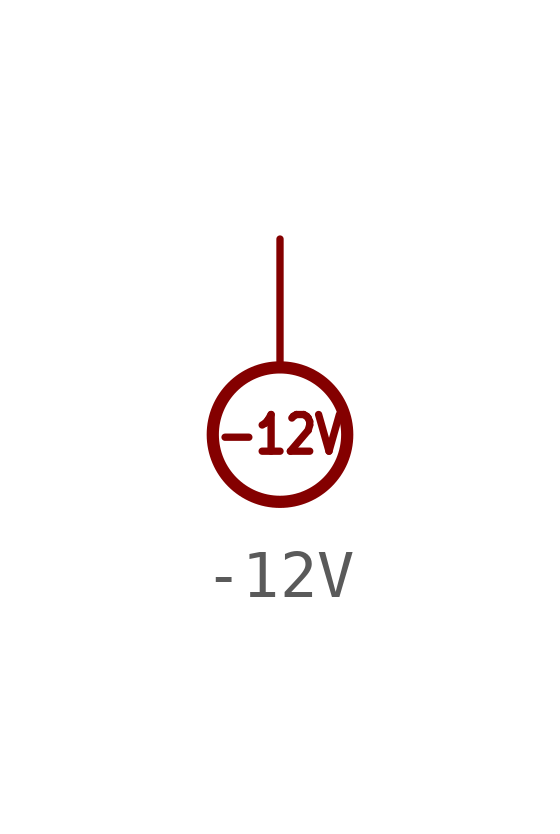
<source format=kicad_sym>
(kicad_symbol_lib
  (version 20211014)
  (generator kicad_symbol_editor)
  (symbol "-12V"
    (power)
    (property "Reference" "#PWR_"
      (at 0 0 0)
      (effects (font (size 1.27 1.27)) hide))
    (property "ki_locked" ""
      (at 0 0 0)
      (effects (font (size 1.27 1.27))))
    (symbol "-12V_1_0"
      (circle (center 0 -4.064) (radius 1.397) (stroke (width 0.254) (type default) (color 0 0 0 0)) (fill (type none)))
      (text "-12V" (at 0 -4.064 0) (effects (font (size 0.762 0.648))))
      (pin power_in line (at 0 0 270) (length 2.54) (name "-12V" (effects (font (size 0 0)))) (number "1" (effects (font (size 0 0))))))))
</source>
